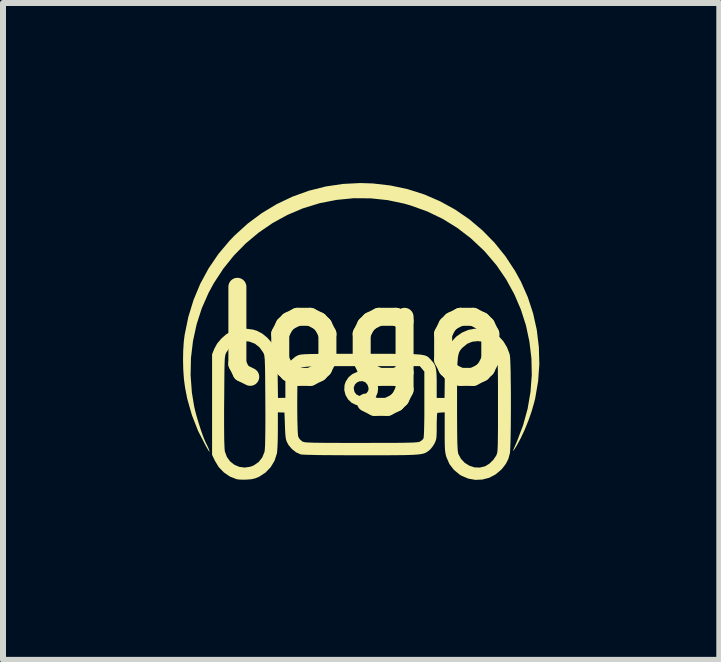
<source format=kicad_pcb>
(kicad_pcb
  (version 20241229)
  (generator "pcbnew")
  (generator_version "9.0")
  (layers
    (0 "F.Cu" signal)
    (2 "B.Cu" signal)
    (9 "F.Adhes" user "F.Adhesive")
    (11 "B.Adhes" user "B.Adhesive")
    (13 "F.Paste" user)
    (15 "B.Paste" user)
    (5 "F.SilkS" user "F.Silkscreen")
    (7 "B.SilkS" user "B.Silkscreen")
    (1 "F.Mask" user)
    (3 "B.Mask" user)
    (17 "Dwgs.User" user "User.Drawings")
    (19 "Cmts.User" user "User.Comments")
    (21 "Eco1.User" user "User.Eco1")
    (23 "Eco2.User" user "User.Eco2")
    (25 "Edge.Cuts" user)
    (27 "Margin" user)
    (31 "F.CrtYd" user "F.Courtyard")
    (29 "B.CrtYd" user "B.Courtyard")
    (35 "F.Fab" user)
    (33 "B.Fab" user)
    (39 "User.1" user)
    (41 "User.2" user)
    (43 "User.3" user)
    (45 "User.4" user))
  (footprint "logo"
    (layer "F.Cu")
    (at 2.977 2.551)
    (property "Reference" "logo" (at 0 0 0) (layer "F.SilkS") (effects (font (size 1.5 1.5) (thickness 0.3))))
    (attr board_only exclude_from_pos_files exclude_from_bom)
    (fp_poly (pts (xy 0.078 0.603) (xy 0.151 0.639) (xy 0.213 0.698) (xy 0.219 0.705) (xy 0.259 0.783) (xy 0.274 0.863) (xy 0.266 0.94) (xy 0.237 1.012) (xy 0.191 1.074) (xy 0.131 1.122) (xy 0.059 1.151) (xy -0.023 1.159) (xy -0.093 1.147) (xy -0.169 1.11) (xy -0.229 1.052) (xy -0.27 0.98) (xy -0.29 0.9) (xy -0.289 0.872) (xy -0.132 0.872) (xy -0.12 0.93) (xy -0.089 0.971) (xy -0.044 0.994) (xy 0.007 0.995) (xy 0.058 0.972) (xy 0.075 0.957) (xy 0.109 0.912) (xy 0.115 0.865) (xy 0.097 0.811) (xy 0.096 0.81) (xy 0.062 0.769) (xy 0.016 0.751) (xy -0.032 0.752) (xy -0.078 0.771) (xy -0.113 0.806) (xy -0.131 0.855) (xy -0.132 0.872) (xy -0.289 0.872) (xy -0.286 0.816) (xy -0.266 0.757) (xy -0.218 0.684) (xy -0.154 0.631) (xy -0.08 0.599) (xy -0.001 0.59)) (stroke (width 0) (type solid)) (fill yes) (layer "F.SilkS"))
    (fp_poly (pts (xy 0.186 -2.544) (xy 0.481 -2.51) (xy 0.767 -2.449) (xy 1.043 -2.361) (xy 1.306 -2.247) (xy 1.557 -2.109) (xy 1.792 -1.948) (xy 2.011 -1.763) (xy 2.213 -1.557) (xy 2.395 -1.331) (xy 2.557 -1.084) (xy 2.654 -0.907) (xy 2.768 -0.649) (xy 2.856 -0.38) (xy 2.918 -0.102) (xy 2.952 0.181) (xy 2.96 0.466) (xy 2.94 0.751) (xy 2.892 1.033) (xy 2.873 1.11) (xy 2.831 1.256) (xy 2.778 1.407) (xy 2.717 1.558) (xy 2.651 1.699) (xy 2.584 1.823) (xy 2.551 1.875) (xy 2.533 1.903) (xy 2.523 1.914) (xy 2.523 1.908) (xy 2.532 1.882) (xy 2.553 1.833) (xy 2.585 1.76) (xy 2.586 1.758) (xy 2.689 1.486) (xy 2.765 1.209) (xy 2.813 0.93) (xy 2.834 0.649) (xy 2.828 0.37) (xy 2.795 0.093) (xy 2.737 -0.179) (xy 2.652 -0.444) (xy 2.542 -0.7) (xy 2.407 -0.946) (xy 2.248 -1.179) (xy 2.063 -1.397) (xy 2.032 -1.43) (xy 1.82 -1.629) (xy 1.592 -1.804) (xy 1.349 -1.954) (xy 1.091 -2.078) (xy 0.819 -2.176) (xy 0.713 -2.207) (xy 0.434 -2.266) (xy 0.151 -2.296) (xy -0.134 -2.298) (xy -0.419 -2.27) (xy -0.702 -2.215) (xy -0.71 -2.212) (xy -0.98 -2.129) (xy -1.239 -2.019) (xy -1.485 -1.884) (xy -1.717 -1.725) (xy -1.933 -1.544) (xy -2.13 -1.343) (xy -2.308 -1.121) (xy -2.464 -0.882) (xy -2.552 -0.72) (xy -2.665 -0.464) (xy -2.751 -0.195) (xy -2.811 0.081) (xy -2.845 0.364) (xy -2.851 0.651) (xy -2.83 0.938) (xy -2.792 1.169) (xy -2.773 1.252) (xy -2.747 1.348) (xy -2.716 1.451) (xy -2.683 1.554) (xy -2.65 1.649) (xy -2.619 1.729) (xy -2.595 1.782) (xy -2.565 1.842) (xy -2.545 1.889) (xy -2.535 1.919) (xy -2.536 1.927) (xy -2.546 1.915) (xy -2.566 1.884) (xy -2.592 1.839) (xy -2.599 1.827) (xy -2.727 1.578) (xy -2.829 1.317) (xy -2.907 1.043) (xy -2.944 0.853) (xy -2.962 0.717) (xy -2.973 0.562) (xy -2.977 0.399) (xy -2.974 0.238) (xy -2.964 0.087) (xy -2.95 -0.022) (xy -2.889 -0.319) (xy -2.802 -0.603) (xy -2.69 -0.872) (xy -2.552 -1.127) (xy -2.389 -1.367) (xy -2.2 -1.592) (xy -2.118 -1.677) (xy -1.899 -1.876) (xy -1.664 -2.05) (xy -1.415 -2.2) (xy -1.154 -2.324) (xy -0.883 -2.422) (xy -0.602 -2.493) (xy -0.315 -2.536) (xy -0.022 -2.551)) (stroke (width 0) (type solid)) (fill yes) (layer "F.SilkS"))
    (fp_poly (pts (xy 2.003 -0.123) (xy 2.114 -0.097) (xy 2.221 -0.045) (xy 2.288 0.006) (xy 2.361 0.086) (xy 2.421 0.185) (xy 2.462 0.291) (xy 2.469 0.321) (xy 2.473 0.354) (xy 2.476 0.414) (xy 2.479 0.495) (xy 2.482 0.596) (xy 2.483 0.711) (xy 2.485 0.838) (xy 2.486 0.972) (xy 2.486 1.111) (xy 2.486 1.25) (xy 2.485 1.387) (xy 2.484 1.517) (xy 2.482 1.637) (xy 2.48 1.743) (xy 2.477 1.831) (xy 2.474 1.899) (xy 2.471 1.942) (xy 2.47 1.949) (xy 2.444 2.045) (xy 2.403 2.127) (xy 2.341 2.208) (xy 2.326 2.224) (xy 2.232 2.304) (xy 2.126 2.36) (xy 2.011 2.39) (xy 1.893 2.395) (xy 1.775 2.374) (xy 1.662 2.326) (xy 1.634 2.309) (xy 1.537 2.229) (xy 1.462 2.132) (xy 1.412 2.017) (xy 1.402 1.983) (xy 1.395 1.947) (xy 1.389 1.906) (xy 1.386 1.853) (xy 1.384 1.786) (xy 1.383 1.698) (xy 1.383 1.597) (xy 1.383 1.27) (xy 1.327 1.273) (xy 1.289 1.276) (xy 1.263 1.278) (xy 1.261 1.278) (xy 1.257 1.292) (xy 1.254 1.331) (xy 1.252 1.389) (xy 1.25 1.461) (xy 1.25 1.497) (xy 1.25 1.583) (xy 1.248 1.646) (xy 1.245 1.691) (xy 1.239 1.725) (xy 1.229 1.755) (xy 1.215 1.785) (xy 1.213 1.79) (xy 1.181 1.841) (xy 1.143 1.887) (xy 1.123 1.905) (xy 1.102 1.921) (xy 1.082 1.934) (xy 1.061 1.946) (xy 1.036 1.955) (xy 1.004 1.963) (xy 0.965 1.969) (xy 0.915 1.974) (xy 0.852 1.978) (xy 0.774 1.981) (xy 0.68 1.983) (xy 0.565 1.984) (xy 0.429 1.985) (xy 0.27 1.985) (xy 0.084 1.985) (xy -0.013 1.985) (xy -0.226 1.985) (xy -0.416 1.984) (xy -0.581 1.983) (xy -0.722 1.982) (xy -0.836 1.979) (xy -0.924 1.977) (xy -0.984 1.974) (xy -1.016 1.971) (xy -1.018 1.97) (xy -1.092 1.937) (xy -1.161 1.883) (xy -1.218 1.816) (xy -1.234 1.788) (xy -1.249 1.757) (xy -1.26 1.726) (xy -1.267 1.689) (xy -1.272 1.641) (xy -1.276 1.574) (xy -1.279 1.494) (xy -1.287 1.273) (xy -1.342 1.272) (xy -1.397 1.27) (xy -1.397 1.576) (xy -1.398 1.675) (xy -1.4 1.769) (xy -1.404 1.851) (xy -1.408 1.916) (xy -1.413 1.957) (xy -1.414 1.959) (xy -1.453 2.078) (xy -1.517 2.184) (xy -1.602 2.273) (xy -1.704 2.34) (xy -1.717 2.347) (xy -1.777 2.371) (xy -1.84 2.385) (xy -1.918 2.391) (xy -1.919 2.391) (xy -1.981 2.392) (xy -2.038 2.39) (xy -2.079 2.385) (xy -2.083 2.384) (xy -2.196 2.34) (xy -2.297 2.271) (xy -2.383 2.181) (xy -2.446 2.077) (xy -2.493 1.978) (xy -2.493 1.458) (xy -2.293 1.458) (xy -2.292 1.601) (xy -2.291 1.717) (xy -2.288 1.808) (xy -2.285 1.873) (xy -2.281 1.914) (xy -2.28 1.922) (xy -2.246 2.014) (xy -2.192 2.088) (xy -2.121 2.144) (xy -2.038 2.179) (xy -1.948 2.19) (xy -1.855 2.176) (xy -1.798 2.154) (xy -1.717 2.098) (xy -1.657 2.022) (xy -1.62 1.93) (xy -1.618 1.919) (xy -1.614 1.882) (xy -1.61 1.816) (xy -1.608 1.72) (xy -1.606 1.595) (xy -1.605 1.441) (xy -1.605 1.258) (xy -1.606 1.087) (xy -1.606 1.067) (xy -1.074 1.067) (xy -1.074 1.18) (xy -1.073 1.291) (xy -1.072 1.396) (xy -1.069 1.491) (xy -1.067 1.571) (xy -1.063 1.631) (xy -1.059 1.669) (xy -1.057 1.676) (xy -1.033 1.717) (xy -0.996 1.75) (xy -0.995 1.752) (xy -0.984 1.757) (xy -0.972 1.762) (xy -0.955 1.766) (xy -0.931 1.77) (xy -0.898 1.772) (xy -0.854 1.774) (xy -0.797 1.776) (xy -0.724 1.777) (xy -0.633 1.778) (xy -0.523 1.779) (xy -0.39 1.779) (xy -0.232 1.78) (xy -0.047 1.78) (xy -0.01 1.78) (xy 0.182 1.779) (xy 0.348 1.779) (xy 0.488 1.779) (xy 0.606 1.778) (xy 0.702 1.777) (xy 0.78 1.775) (xy 0.841 1.774) (xy 0.888 1.771) (xy 0.922 1.768) (xy 0.947 1.765) (xy 0.963 1.761) (xy 0.971 1.757) (xy 1.006 1.733) (xy 1.029 1.707) (xy 1.033 1.684) (xy 1.037 1.633) (xy 1.04 1.555) (xy 1.042 1.452) (xy 1.044 1.325) (xy 1.044 1.175) (xy 1.044 1.135) (xy 1.044 0.591) (xy 1.006 0.545) (xy 0.968 0.5) (xy -0.002 0.5) (xy -0.201 0.5) (xy -0.372 0.5) (xy -0.518 0.5) (xy -0.641 0.501) (xy -0.743 0.503) (xy -0.826 0.505) (xy -0.892 0.508) (xy -0.943 0.513) (xy -0.981 0.519) (xy -1.009 0.526) (xy -1.027 0.536) (xy -1.04 0.548) (xy -1.047 0.561) (xy -1.053 0.578) (xy -1.057 0.597) (xy -1.059 0.601) (xy -1.063 0.632) (xy -1.067 0.687) (xy -1.07 0.763) (xy -1.072 0.854) (xy -1.073 0.957) (xy -1.074 1.067) (xy -1.606 1.067) (xy -1.607 0.918) (xy -1.608 0.777) (xy -1.609 0.659) (xy -1.61 0.564) (xy -1.612 0.487) (xy -1.614 0.427) (xy -1.616 0.382) (xy -1.62 0.348) (xy -1.623 0.322) (xy -1.628 0.303) (xy -1.634 0.288) (xy -1.641 0.275) (xy -1.642 0.272) (xy -1.703 0.187) (xy -1.778 0.127) (xy -1.868 0.092) (xy -1.949 0.083) (xy -2.048 0.097) (xy -2.135 0.136) (xy -2.208 0.202) (xy -2.255 0.272) (xy -2.262 0.286) (xy -2.268 0.3) (xy -2.273 0.318) (xy -2.277 0.342) (xy -2.281 0.375) (xy -2.283 0.418) (xy -2.285 0.475) (xy -2.287 0.549) (xy -2.288 0.641) (xy -2.289 0.754) (xy -2.29 0.891) (xy -2.291 1.054) (xy -2.292 1.088) (xy -2.293 1.288) (xy -2.293 1.458) (xy -2.493 1.458) (xy -2.493 1.14) (xy -2.493 0.302) (xy -2.457 0.213) (xy -2.41 0.126) (xy -2.341 0.043) (xy -2.26 -0.029) (xy -2.173 -0.08) (xy -2.155 -0.088) (xy -2.046 -0.117) (xy -1.928 -0.124) (xy -1.811 -0.109) (xy -1.743 -0.088) (xy -1.656 -0.042) (xy -1.573 0.026) (xy -1.501 0.108) (xy -1.448 0.195) (xy -1.441 0.213) (xy -1.43 0.242) (xy -1.421 0.271) (xy -1.415 0.303) (xy -1.41 0.342) (xy -1.407 0.394) (xy -1.404 0.462) (xy -1.402 0.551) (xy -1.4 0.664) (xy -1.4 0.666) (xy -1.395 1.03) (xy -1.334 1.029) (xy -1.272 1.029) (xy -1.272 0.79) (xy -1.272 0.699) (xy -1.27 0.632) (xy -1.267 0.584) (xy -1.262 0.549) (xy -1.254 0.522) (xy -1.243 0.497) (xy -1.24 0.493) (xy -1.18 0.406) (xy -1.103 0.341) (xy -1.066 0.322) (xy -1.053 0.316) (xy -1.038 0.312) (xy -1.018 0.308) (xy -0.991 0.305) (xy -0.955 0.302) (xy -0.908 0.3) (xy -0.847 0.298) (xy -0.771 0.297) (xy -0.677 0.296) (xy -0.563 0.295) (xy -0.427 0.295) (xy -0.267 0.295) (xy -0.08 0.295) (xy -0.007 0.295) (xy 0.195 0.295) (xy 0.37 0.295) (xy 0.52 0.295) (xy 0.647 0.296) (xy 0.753 0.297) (xy 0.841 0.299) (xy 0.912 0.303) (xy 0.969 0.307) (xy 1.014 0.313) (xy 1.049 0.321) (xy 1.076 0.33) (xy 1.097 0.341) (xy 1.115 0.355) (xy 1.131 0.371) (xy 1.148 0.389) (xy 1.157 0.399) (xy 1.19 0.436) (xy 1.214 0.473) (xy 1.23 0.515) (xy 1.241 0.567) (xy 1.247 0.635) (xy 1.25 0.724) (xy 1.25 0.794) (xy 1.25 1.03) (xy 1.315 1.03) (xy 1.38 1.03) (xy 1.382 0.929) (xy 1.589 0.929) (xy 1.589 1.104) (xy 1.589 1.139) (xy 1.589 1.318) (xy 1.59 1.47) (xy 1.591 1.598) (xy 1.592 1.702) (xy 1.594 1.785) (xy 1.597 1.85) (xy 1.6 1.899) (xy 1.604 1.933) (xy 1.608 1.955) (xy 1.609 1.96) (xy 1.653 2.043) (xy 1.717 2.111) (xy 1.794 2.159) (xy 1.88 2.187) (xy 1.97 2.19) (xy 2.056 2.169) (xy 2.127 2.126) (xy 2.192 2.063) (xy 2.24 1.993) (xy 2.246 1.979) (xy 2.252 1.965) (xy 2.257 1.947) (xy 2.261 1.923) (xy 2.264 1.891) (xy 2.266 1.848) (xy 2.268 1.792) (xy 2.269 1.719) (xy 2.27 1.629) (xy 2.271 1.517) (xy 2.271 1.382) (xy 2.271 1.221) (xy 2.271 1.147) (xy 2.271 0.967) (xy 2.271 0.814) (xy 2.27 0.686) (xy 2.269 0.579) (xy 2.267 0.492) (xy 2.263 0.422) (xy 2.259 0.366) (xy 2.253 0.323) (xy 2.245 0.289) (xy 2.235 0.263) (xy 2.223 0.241) (xy 2.209 0.221) (xy 2.192 0.201) (xy 2.188 0.196) (xy 2.114 0.132) (xy 2.028 0.095) (xy 1.934 0.083) (xy 1.842 0.093) (xy 1.763 0.125) (xy 1.69 0.183) (xy 1.686 0.186) (xy 1.666 0.207) (xy 1.648 0.228) (xy 1.634 0.249) (xy 1.622 0.275) (xy 1.612 0.308) (xy 1.604 0.349) (xy 1.599 0.403) (xy 1.594 0.47) (xy 1.592 0.554) (xy 1.59 0.656) (xy 1.589 0.781) (xy 1.589 0.929) (xy 1.382 0.929) (xy 1.385 0.658) (xy 1.387 0.544) (xy 1.388 0.455) (xy 1.39 0.387) (xy 1.393 0.336) (xy 1.397 0.298) (xy 1.403 0.269) (xy 1.411 0.244) (xy 1.422 0.219) (xy 1.429 0.203) (xy 1.494 0.095) (xy 1.577 0.007) (xy 1.672 -0.059) (xy 1.778 -0.104) (xy 1.889 -0.125)) (stroke (width 0) (type solid)) (fill yes) (layer "F.SilkS")))
  (gr_rect
    (start -3 -3)
    (end 8.936 7.946)
    (stroke (width 0.1) (type default))
    (fill no)
    (layer "Edge.Cuts")))
</source>
